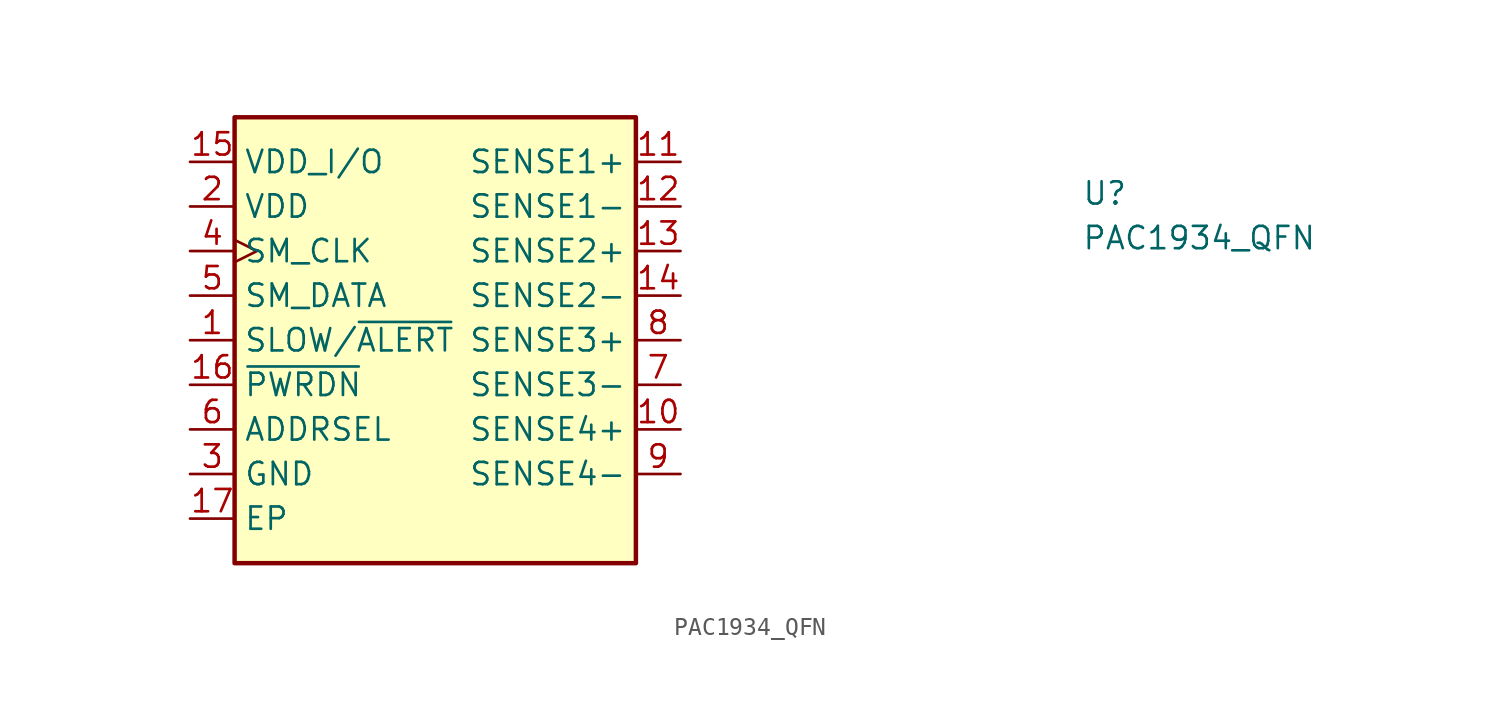
<source format=kicad_sym>
(kicad_symbol_lib
  (version 20211014)
  (generator kicad_symbol_editor)
  (symbol "PAC1934_QFN"
    (property "Reference" "U"
      (at 50.8 -2.54 0)
      (effects (font (size 1.27 1.27) (thickness 0.15)) (justify left bottom)))
    (property "Value" "PAC1934_QFN"
      (at 50.8 -5.08 0)
      (effects (font (size 1.27 1.27) (thickness 0.15)) (justify left bottom)))
    (symbol "PAC1934_QFN_1_1"
      (rectangle (start 2.54 2.54) (end 25.4 -22.86) (stroke (width 0.254) (type default) (color 0 0 0 0)) (fill (type background)))
      (pin bidirectional line (at 0 -10.16 0) (length 2.54) (name "SLOW/~{ALERT}" (effects (font (size 1.27 1.27)))) (number "1" (effects (font (size 1.27 1.27)))))
      (pin input line (at 27.94 -15.24 180) (length 2.54) (name "SENSE4+" (effects (font (size 1.27 1.27)))) (number "10" (effects (font (size 1.27 1.27)))))
      (pin input line (at 27.94 0 180) (length 2.54) (name "SENSE1+" (effects (font (size 1.27 1.27)))) (number "11" (effects (font (size 1.27 1.27)))))
      (pin input line (at 27.94 -2.54 180) (length 2.54) (name "SENSE1-" (effects (font (size 1.27 1.27)))) (number "12" (effects (font (size 1.27 1.27)))))
      (pin input line (at 27.94 -5.08 180) (length 2.54) (name "SENSE2+" (effects (font (size 1.27 1.27)))) (number "13" (effects (font (size 1.27 1.27)))))
      (pin input line (at 27.94 -7.62 180) (length 2.54) (name "SENSE2-" (effects (font (size 1.27 1.27)))) (number "14" (effects (font (size 1.27 1.27)))))
      (pin power_in line (at 0 0 0) (length 2.54) (name "VDD_I/O" (effects (font (size 1.27 1.27)))) (number "15" (effects (font (size 1.27 1.27)))))
      (pin input line (at 0 -12.7 0) (length 2.54) (name "~{PWRDN}" (effects (font (size 1.27 1.27)))) (number "16" (effects (font (size 1.27 1.27)))))
      (pin passive line (at 0 -20.32 0) (length 2.54) (name "EP" (effects (font (size 1.27 1.27)))) (number "17" (effects (font (size 1.27 1.27)))))
      (pin power_in line (at 0 -2.54 0) (length 2.54) (name "VDD" (effects (font (size 1.27 1.27)))) (number "2" (effects (font (size 1.27 1.27)))))
      (pin power_in line (at 0 -17.78 0) (length 2.54) (name "GND" (effects (font (size 1.27 1.27)))) (number "3" (effects (font (size 1.27 1.27)))))
      (pin input clock (at 0 -5.08 0) (length 2.54) (name "SM_CLK" (effects (font (size 1.27 1.27)))) (number "4" (effects (font (size 1.27 1.27)))))
      (pin bidirectional line (at 0 -7.62 0) (length 2.54) (name "SM_DATA" (effects (font (size 1.27 1.27)))) (number "5" (effects (font (size 1.27 1.27)))))
      (pin bidirectional line (at 0 -15.24 0) (length 2.54) (name "ADDRSEL" (effects (font (size 1.27 1.27)))) (number "6" (effects (font (size 1.27 1.27)))))
      (pin input line (at 27.94 -12.7 180) (length 2.54) (name "SENSE3-" (effects (font (size 1.27 1.27)))) (number "7" (effects (font (size 1.27 1.27)))))
      (pin input line (at 27.94 -10.16 180) (length 2.54) (name "SENSE3+" (effects (font (size 1.27 1.27)))) (number "8" (effects (font (size 1.27 1.27)))))
      (pin input line (at 27.94 -17.78 180) (length 2.54) (name "SENSE4-" (effects (font (size 1.27 1.27)))) (number "9" (effects (font (size 1.27 1.27))))))))
</source>
